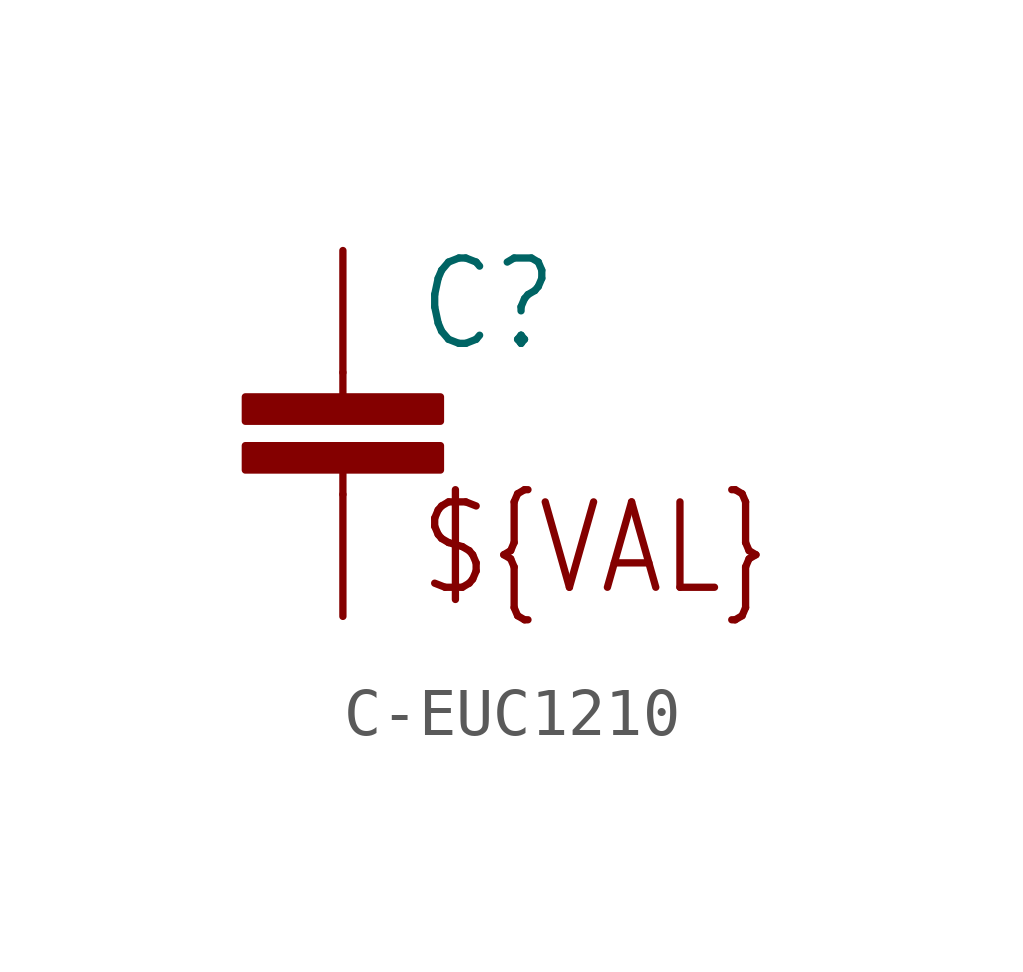
<source format=kicad_sym>
(kicad_symbol_lib
  (version 20231120)
  (generator "kicad_symbol_editor")
  (generator_version "8.0")
  (symbol "C-EUC1210"
    (property "Reference" "C"
      (at 1.524 0.381 0)
      (effects (font (size 1.778 1.511)) (justify left bottom)))
    (property "ki_locked" ""
      (at 0 0 0)
      (effects (font (size 1.27 1.27))))
    (symbol "C-EUC1210_1_0"
      (rectangle (start -2.032 -2.032) (end 2.032 -1.524) (stroke (width 0) (type default)) (fill (type outline)))
      (rectangle (start -2.032 -1.016) (end 2.032 -0.508) (stroke (width 0) (type default)) (fill (type outline)))
      (polyline (pts (xy 0 -2.54) (xy 0 -2.032)) (stroke (width 0.152) (type solid)) (fill (type none)))
      (polyline (pts (xy 0 0) (xy 0 -0.508)) (stroke (width 0.152) (type solid)) (fill (type none)))
      (text "${VAL}" (at 1.524 -4.699 0) (effects (font (size 1.778 1.511)) (justify left bottom)))
      (pin passive line (at 0 2.54 270) (length 2.54) (name "1" (effects (font (size 0 0)))) (number "1" (effects (font (size 0 0)))))
      (pin passive line (at 0 -5.08 90) (length 2.54) (name "2" (effects (font (size 0 0)))) (number "2" (effects (font (size 0 0))))))))
</source>
